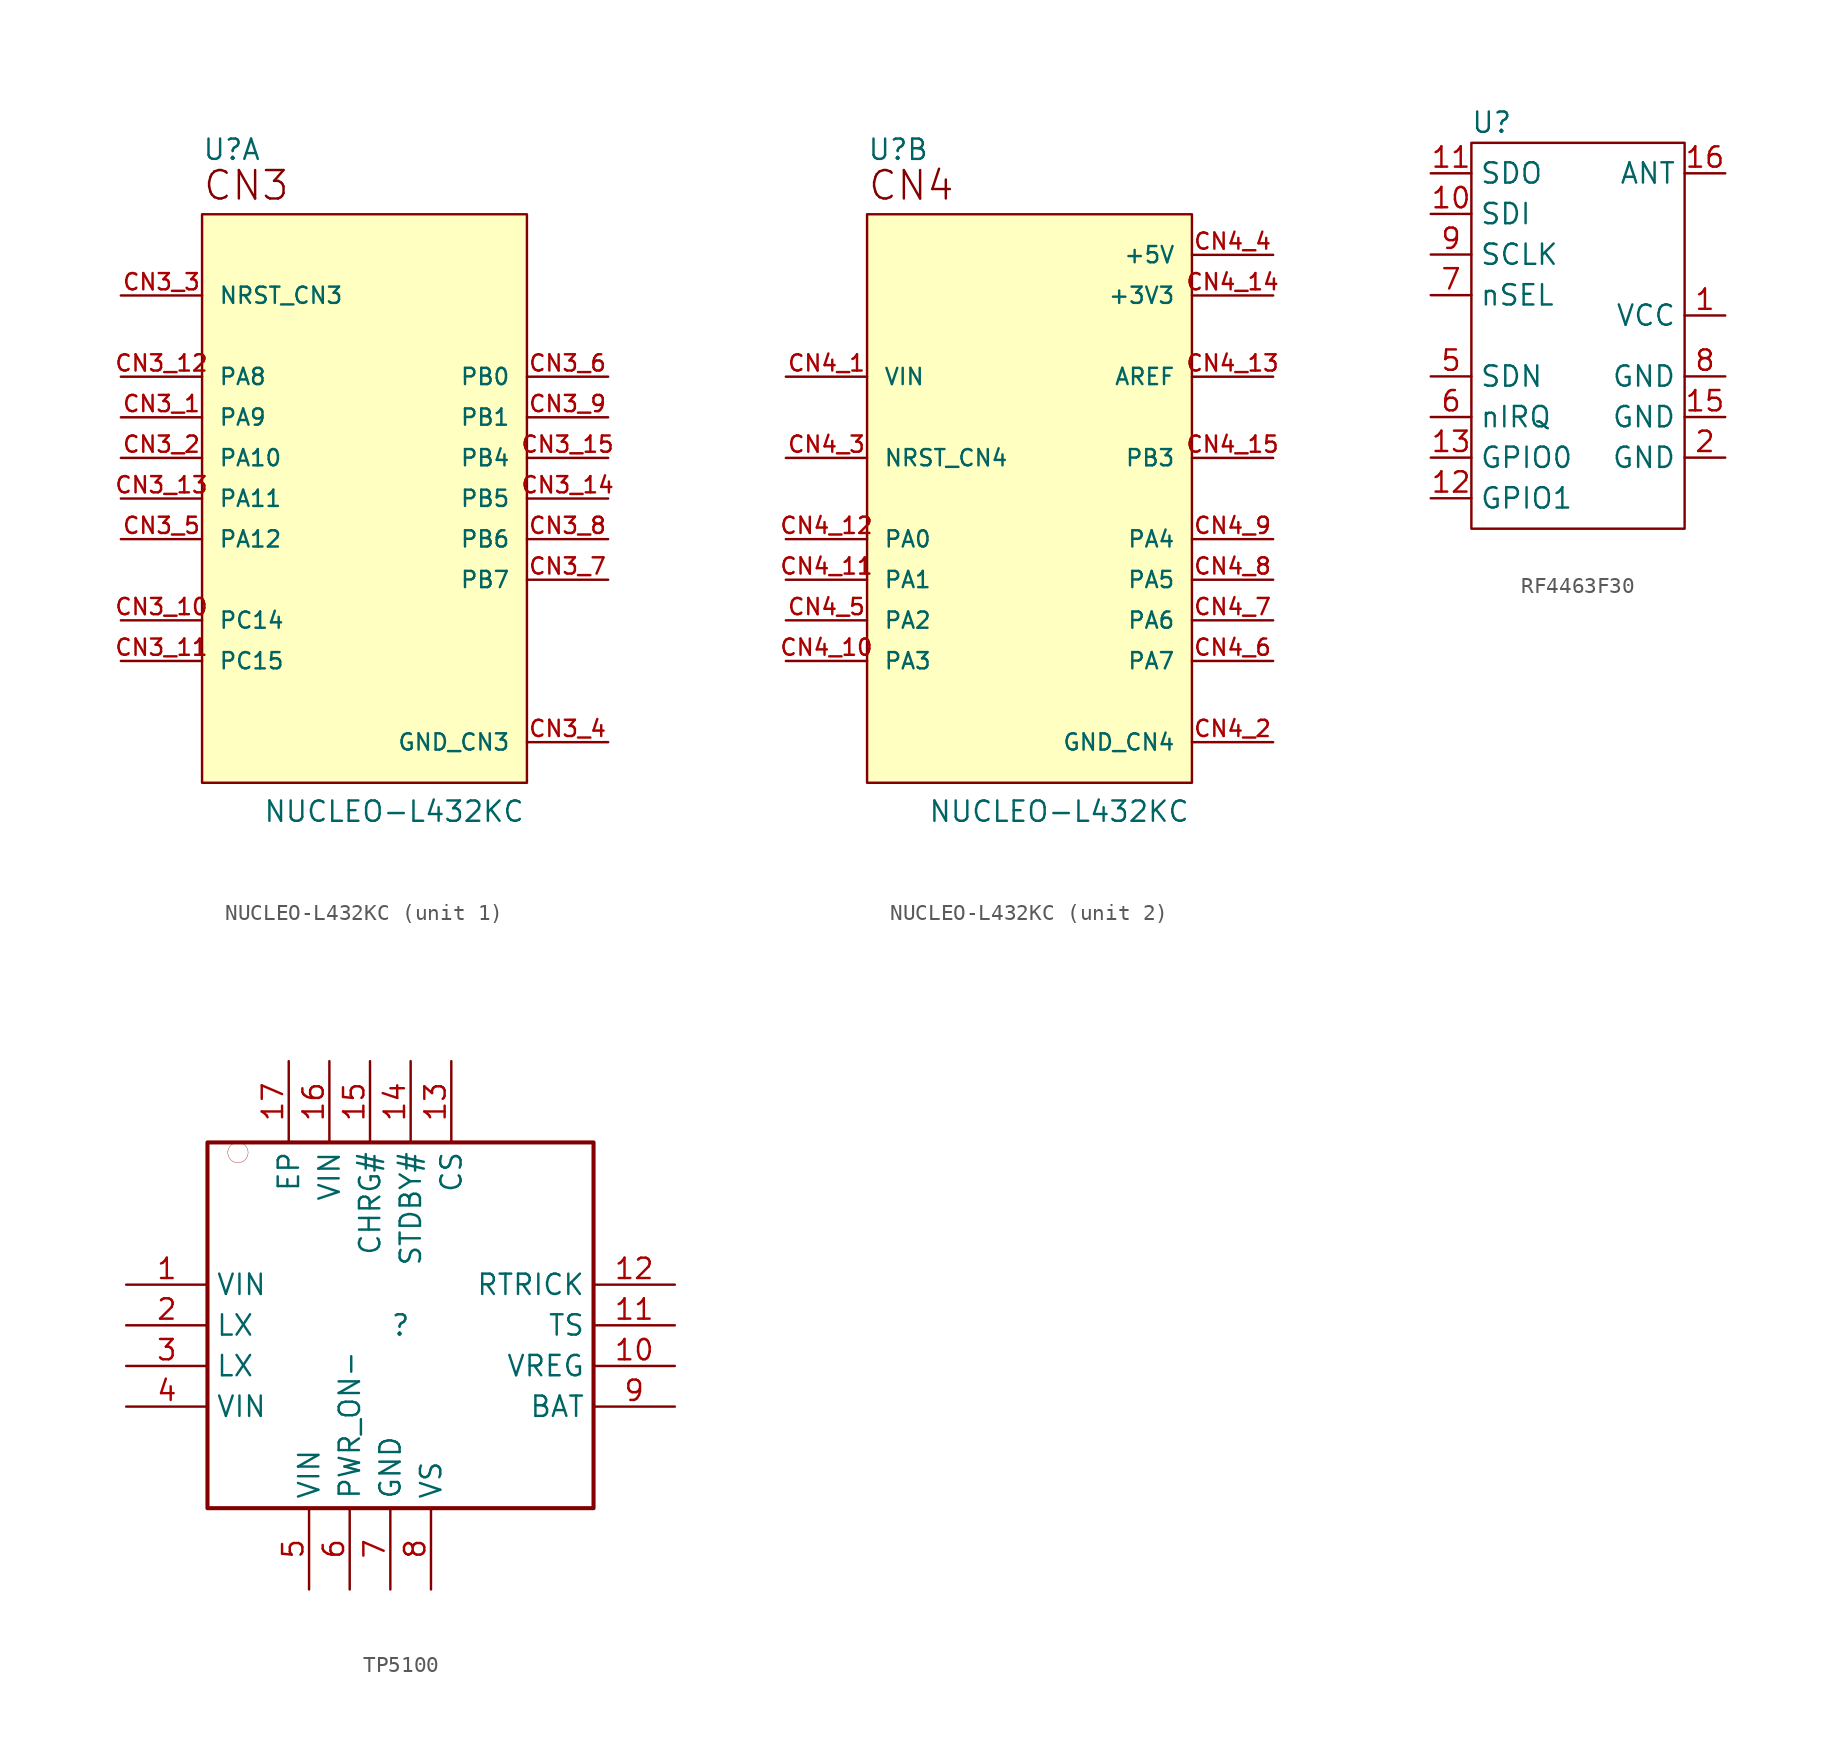
<source format=kicad_sym>
(kicad_symbol_lib
  (version 20220914)
  (generator kicad_symbol_editor)
  (symbol "NUCLEO-L432KC"
    (pin_names
      (offset 1.016))
    (property "Reference" "U"
      (at -10.16 21.082 0)
      (effects (font (size 1.27 1.27)) (justify left bottom)))
    (property "Value" "NUCLEO-L432KC"
      (at -6.35 -20.32 0)
      (effects (font (size 1.27 1.27)) (justify left bottom)))
    (symbol "NUCLEO-L432KC_1_0"
      (rectangle (start -10.16 17.78) (end 10.16 -17.78) (stroke (width 0.152) (type default)) (fill (type background)))
      (text "CN3" (at -10.16 18.542 0) (effects (font (size 1.778 1.778)) (justify left bottom)))
      (pin bidirectional line (at -15.24 5.08 0) (length 5.08) (name "PA9" (effects (font (size 1.016 1.016)))) (number "CN3_1" (effects (font (size 1.016 1.016)))))
      (pin bidirectional line (at -15.24 -7.62 0) (length 5.08) (name "PC14" (effects (font (size 1.016 1.016)))) (number "CN3_10" (effects (font (size 1.016 1.016)))))
      (pin bidirectional line (at -15.24 -10.16 0) (length 5.08) (name "PC15" (effects (font (size 1.016 1.016)))) (number "CN3_11" (effects (font (size 1.016 1.016)))))
      (pin bidirectional line (at -15.24 7.62 0) (length 5.08) (name "PA8" (effects (font (size 1.016 1.016)))) (number "CN3_12" (effects (font (size 1.016 1.016)))))
      (pin bidirectional line (at -15.24 0 0) (length 5.08) (name "PA11" (effects (font (size 1.016 1.016)))) (number "CN3_13" (effects (font (size 1.016 1.016)))))
      (pin bidirectional line (at 15.24 0 180) (length 5.08) (name "PB5" (effects (font (size 1.016 1.016)))) (number "CN3_14" (effects (font (size 1.016 1.016)))))
      (pin bidirectional line (at 15.24 2.54 180) (length 5.08) (name "PB4" (effects (font (size 1.016 1.016)))) (number "CN3_15" (effects (font (size 1.016 1.016)))))
      (pin bidirectional line (at -15.24 2.54 0) (length 5.08) (name "PA10" (effects (font (size 1.016 1.016)))) (number "CN3_2" (effects (font (size 1.016 1.016)))))
      (pin bidirectional line (at -15.24 12.7 0) (length 5.08) (name "NRST_CN3" (effects (font (size 1.016 1.016)))) (number "CN3_3" (effects (font (size 1.016 1.016)))))
      (pin power_in line (at 15.24 -15.24 180) (length 5.08) (name "GND_CN3" (effects (font (size 1.016 1.016)))) (number "CN3_4" (effects (font (size 1.016 1.016)))))
      (pin bidirectional line (at -15.24 -2.54 0) (length 5.08) (name "PA12" (effects (font (size 1.016 1.016)))) (number "CN3_5" (effects (font (size 1.016 1.016)))))
      (pin bidirectional line (at 15.24 7.62 180) (length 5.08) (name "PB0" (effects (font (size 1.016 1.016)))) (number "CN3_6" (effects (font (size 1.016 1.016)))))
      (pin bidirectional line (at 15.24 -5.08 180) (length 5.08) (name "PB7" (effects (font (size 1.016 1.016)))) (number "CN3_7" (effects (font (size 1.016 1.016)))))
      (pin bidirectional line (at 15.24 -2.54 180) (length 5.08) (name "PB6" (effects (font (size 1.016 1.016)))) (number "CN3_8" (effects (font (size 1.016 1.016)))))
      (pin bidirectional line (at 15.24 5.08 180) (length 5.08) (name "PB1" (effects (font (size 1.016 1.016)))) (number "CN3_9" (effects (font (size 1.016 1.016))))))
    (symbol "NUCLEO-L432KC_2_0"
      (rectangle (start -10.16 -17.78) (end 10.16 17.78) (stroke (width 0.152) (type default)) (fill (type background)))
      (text "CN4" (at -10.16 18.542 0) (effects (font (size 1.778 1.778)) (justify left bottom)))
      (pin input line (at -15.24 7.62 0) (length 5.08) (name "VIN" (effects (font (size 1.016 1.016)))) (number "CN4_1" (effects (font (size 1.016 1.016)))))
      (pin bidirectional line (at -15.24 -10.16 0) (length 5.08) (name "PA3" (effects (font (size 1.016 1.016)))) (number "CN4_10" (effects (font (size 1.016 1.016)))))
      (pin bidirectional line (at -15.24 -5.08 0) (length 5.08) (name "PA1" (effects (font (size 1.016 1.016)))) (number "CN4_11" (effects (font (size 1.016 1.016)))))
      (pin bidirectional line (at -15.24 -2.54 0) (length 5.08) (name "PA0" (effects (font (size 1.016 1.016)))) (number "CN4_12" (effects (font (size 1.016 1.016)))))
      (pin bidirectional line (at 15.24 7.62 180) (length 5.08) (name "AREF" (effects (font (size 1.016 1.016)))) (number "CN4_13" (effects (font (size 1.016 1.016)))))
      (pin power_in line (at 15.24 12.7 180) (length 5.08) (name "+3V3" (effects (font (size 1.016 1.016)))) (number "CN4_14" (effects (font (size 1.016 1.016)))))
      (pin bidirectional line (at 15.24 2.54 180) (length 5.08) (name "PB3" (effects (font (size 1.016 1.016)))) (number "CN4_15" (effects (font (size 1.016 1.016)))))
      (pin power_in line (at 15.24 -15.24 180) (length 5.08) (name "GND_CN4" (effects (font (size 1.016 1.016)))) (number "CN4_2" (effects (font (size 1.016 1.016)))))
      (pin bidirectional line (at -15.24 2.54 0) (length 5.08) (name "NRST_CN4" (effects (font (size 1.016 1.016)))) (number "CN4_3" (effects (font (size 1.016 1.016)))))
      (pin power_in line (at 15.24 15.24 180) (length 5.08) (name "+5V" (effects (font (size 1.016 1.016)))) (number "CN4_4" (effects (font (size 1.016 1.016)))))
      (pin bidirectional line (at -15.24 -7.62 0) (length 5.08) (name "PA2" (effects (font (size 1.016 1.016)))) (number "CN4_5" (effects (font (size 1.016 1.016)))))
      (pin bidirectional line (at 15.24 -10.16 180) (length 5.08) (name "PA7" (effects (font (size 1.016 1.016)))) (number "CN4_6" (effects (font (size 1.016 1.016)))))
      (pin bidirectional line (at 15.24 -7.62 180) (length 5.08) (name "PA6" (effects (font (size 1.016 1.016)))) (number "CN4_7" (effects (font (size 1.016 1.016)))))
      (pin bidirectional line (at 15.24 -5.08 180) (length 5.08) (name "PA5" (effects (font (size 1.016 1.016)))) (number "CN4_8" (effects (font (size 1.016 1.016)))))
      (pin bidirectional line (at 15.24 -2.54 180) (length 5.08) (name "PA4" (effects (font (size 1.016 1.016)))) (number "CN4_9" (effects (font (size 1.016 1.016)))))))
  (symbol "RF4463F30"
    (property "Reference" "U"
      (at -5.715 1.27 0)
      (effects (font (size 1.27 1.27))))
    (property "Value" ""
      (at -1.905 0 0)
      (effects (font (size 1.27 1.27))))
    (symbol "RF4463F30_0_1"
      (rectangle (start -6.985 0) (end 6.35 -24.13) (stroke (width 0) (type default)) (fill (type none))))
    (symbol "RF4463F30_1_1"
      (pin power_in line (at 8.89 -10.795 180) (length 2.54) (name "VCC" (effects (font (size 1.27 1.27)))) (number "1" (effects (font (size 1.27 1.27)))))
      (pin input line (at -9.525 -4.445 0) (length 2.54) (name "SDI" (effects (font (size 1.27 1.27)))) (number "10" (effects (font (size 1.27 1.27)))))
      (pin output line (at -9.525 -1.905 0) (length 2.54) (name "SDO" (effects (font (size 1.27 1.27)))) (number "11" (effects (font (size 1.27 1.27)))))
      (pin bidirectional line (at -9.525 -22.225 0) (length 2.54) (name "GPIO1" (effects (font (size 1.27 1.27)))) (number "12" (effects (font (size 1.27 1.27)))))
      (pin bidirectional line (at -9.525 -19.685 0) (length 2.54) (name "GPIO0" (effects (font (size 1.27 1.27)))) (number "13" (effects (font (size 1.27 1.27)))))
      (pin power_in line (at 8.89 -17.145 180) (length 2.54) (name "GND" (effects (font (size 1.27 1.27)))) (number "15" (effects (font (size 1.27 1.27)))))
      (pin bidirectional line (at 8.89 -1.905 180) (length 2.54) (name "ANT" (effects (font (size 1.27 1.27)))) (number "16" (effects (font (size 1.27 1.27)))))
      (pin power_in line (at 8.89 -19.685 180) (length 2.54) (name "GND" (effects (font (size 1.27 1.27)))) (number "2" (effects (font (size 1.27 1.27)))))
      (pin input line (at -9.525 -14.605 0) (length 2.54) (name "SDN" (effects (font (size 1.27 1.27)))) (number "5" (effects (font (size 1.27 1.27)))))
      (pin output line (at -9.525 -17.145 0) (length 2.54) (name "nIRQ" (effects (font (size 1.27 1.27)))) (number "6" (effects (font (size 1.27 1.27)))))
      (pin input line (at -9.525 -9.525 0) (length 2.54) (name "nSEL" (effects (font (size 1.27 1.27)))) (number "7" (effects (font (size 1.27 1.27)))))
      (pin power_in line (at 8.89 -14.605 180) (length 2.54) (name "GND" (effects (font (size 1.27 1.27)))) (number "8" (effects (font (size 1.27 1.27)))))
      (pin input line (at -9.525 -6.985 0) (length 2.54) (name "SCLK" (effects (font (size 1.27 1.27)))) (number "9" (effects (font (size 1.27 1.27)))))))
  (symbol "TP5100"
    (property "Reference" ""
      (at 0 0 0)
      (effects (font (size 1.27 1.27))))
    (property "Value" ""
      (at 0 0 0)
      (effects (font (size 1.27 1.27))))
    (symbol "TP5100_1_0"
      (circle (center -10.16 10.795) (radius 0.635) (stroke (width 0.0001) (type solid)) (fill (type none)))
      (rectangle (start 12.065 11.43) (end -12.065 -11.43) (stroke (width 0.254) (type solid)) (fill (type none)))
      (pin passive line (at -17.145 2.54 0) (length 5.08) (name "VIN" (effects (font (size 1.27 1.27)))) (number "1" (effects (font (size 1.27 1.27)))))
      (pin passive line (at 17.145 -2.54 180) (length 5.08) (name "VREG" (effects (font (size 1.27 1.27)))) (number "10" (effects (font (size 1.27 1.27)))))
      (pin passive line (at 17.145 0 180) (length 5.08) (name "TS" (effects (font (size 1.27 1.27)))) (number "11" (effects (font (size 1.27 1.27)))))
      (pin passive line (at 17.145 2.54 180) (length 5.08) (name "RTRICK" (effects (font (size 1.27 1.27)))) (number "12" (effects (font (size 1.27 1.27)))))
      (pin passive line (at 3.175 16.51 270) (length 5.08) (name "CS" (effects (font (size 1.27 1.27)))) (number "13" (effects (font (size 1.27 1.27)))))
      (pin passive line (at 0.635 16.51 270) (length 5.08) (name "STDBY#" (effects (font (size 1.27 1.27)))) (number "14" (effects (font (size 1.27 1.27)))))
      (pin passive line (at -1.905 16.51 270) (length 5.08) (name "CHRG#" (effects (font (size 1.27 1.27)))) (number "15" (effects (font (size 1.27 1.27)))))
      (pin passive line (at -4.445 16.51 270) (length 5.08) (name "VIN" (effects (font (size 1.27 1.27)))) (number "16" (effects (font (size 1.27 1.27)))))
      (pin passive line (at -6.985 16.51 270) (length 5.08) (name "EP" (effects (font (size 1.27 1.27)))) (number "17" (effects (font (size 1.27 1.27)))))
      (pin passive line (at -17.145 0 0) (length 5.08) (name "LX" (effects (font (size 1.27 1.27)))) (number "2" (effects (font (size 1.27 1.27)))))
      (pin passive line (at -17.145 -2.54 0) (length 5.08) (name "LX" (effects (font (size 1.27 1.27)))) (number "3" (effects (font (size 1.27 1.27)))))
      (pin passive line (at -17.145 -5.08 0) (length 5.08) (name "VIN" (effects (font (size 1.27 1.27)))) (number "4" (effects (font (size 1.27 1.27)))))
      (pin passive line (at -5.715 -16.51 90) (length 5.08) (name "VIN" (effects (font (size 1.27 1.27)))) (number "5" (effects (font (size 1.27 1.27)))))
      (pin passive line (at -3.175 -16.51 90) (length 5.08) (name "PWR_ON-" (effects (font (size 1.27 1.27)))) (number "6" (effects (font (size 1.27 1.27)))))
      (pin passive line (at -0.635 -16.51 90) (length 5.08) (name "GND" (effects (font (size 1.27 1.27)))) (number "7" (effects (font (size 1.27 1.27)))))
      (pin passive line (at 1.905 -16.51 90) (length 5.08) (name "VS" (effects (font (size 1.27 1.27)))) (number "8" (effects (font (size 1.27 1.27)))))
      (pin passive line (at 17.145 -5.08 180) (length 5.08) (name "BAT" (effects (font (size 1.27 1.27)))) (number "9" (effects (font (size 1.27 1.27))))))))
</source>
